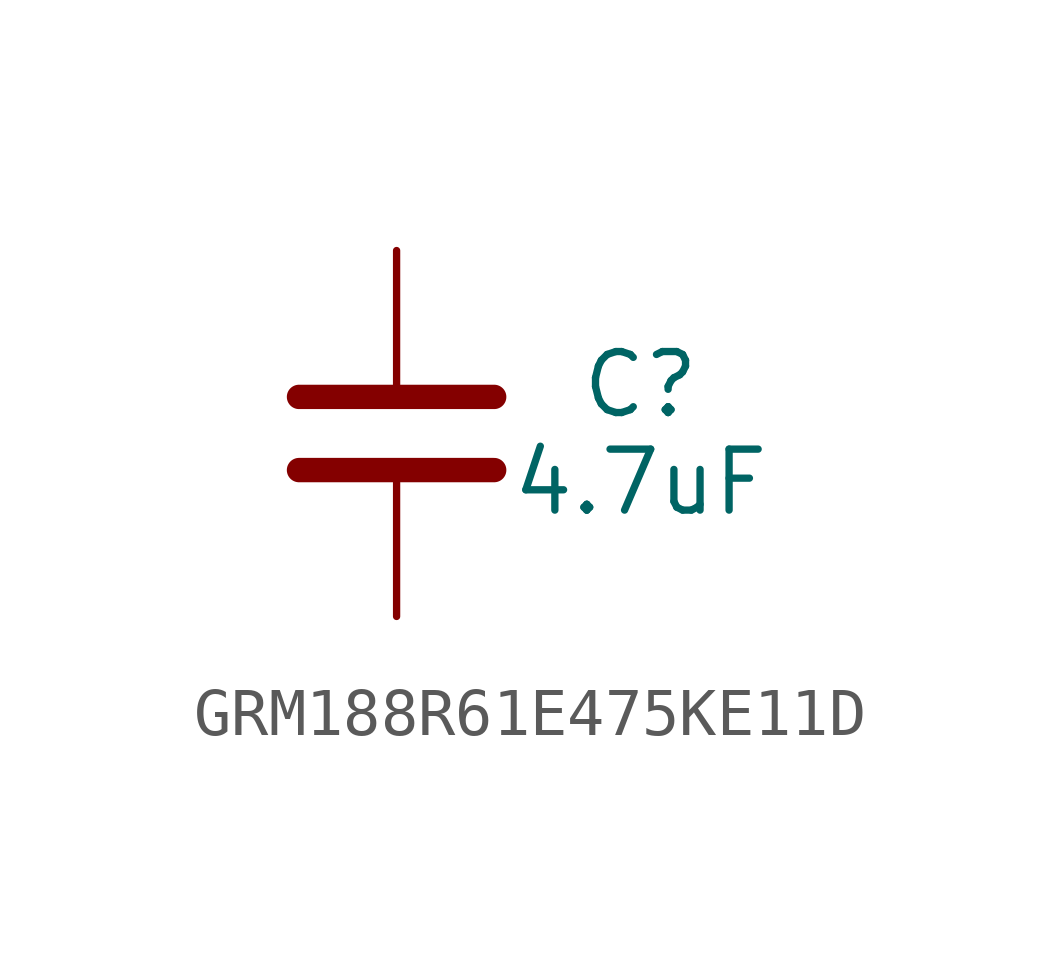
<source format=kicad_sym>
(kicad_symbol_lib
  (version 20241209)
  (generator "kicad_symbol_editor")
  (generator_version "9.0")
  (symbol "GRM188R61E475KE11D"
    (property "Reference" "C"
      (at 5.08 1.016 0)
      (effects (font (size 1.27 1.27))))
    (property "Value" "4.7uF"
      (at 5.08 -1.016 0)
      (effects (font (size 1.27 1.27))))
    (symbol "GRM188R61E475KE11D_0_1"
      (polyline (pts (xy -2.032 0.762) (xy 2.032 0.762)) (stroke (width 0.508) (type default)) (fill (type none)))
      (polyline (pts (xy -2.032 -0.762) (xy 2.032 -0.762)) (stroke (width 0.508) (type default)) (fill (type none))))
    (symbol "GRM188R61E475KE11D_1_1"
      (pin passive line (at 0 3.81 270) (length 2.794) (name "~" (effects (font (size 1.27 1.27)))) (number "1" (effects (font (size 0 0)))))
      (pin passive line (at 0 -3.81 90) (length 2.794) (name "~" (effects (font (size 1.27 1.27)))) (number "2" (effects (font (size 0 0))))))))
</source>
